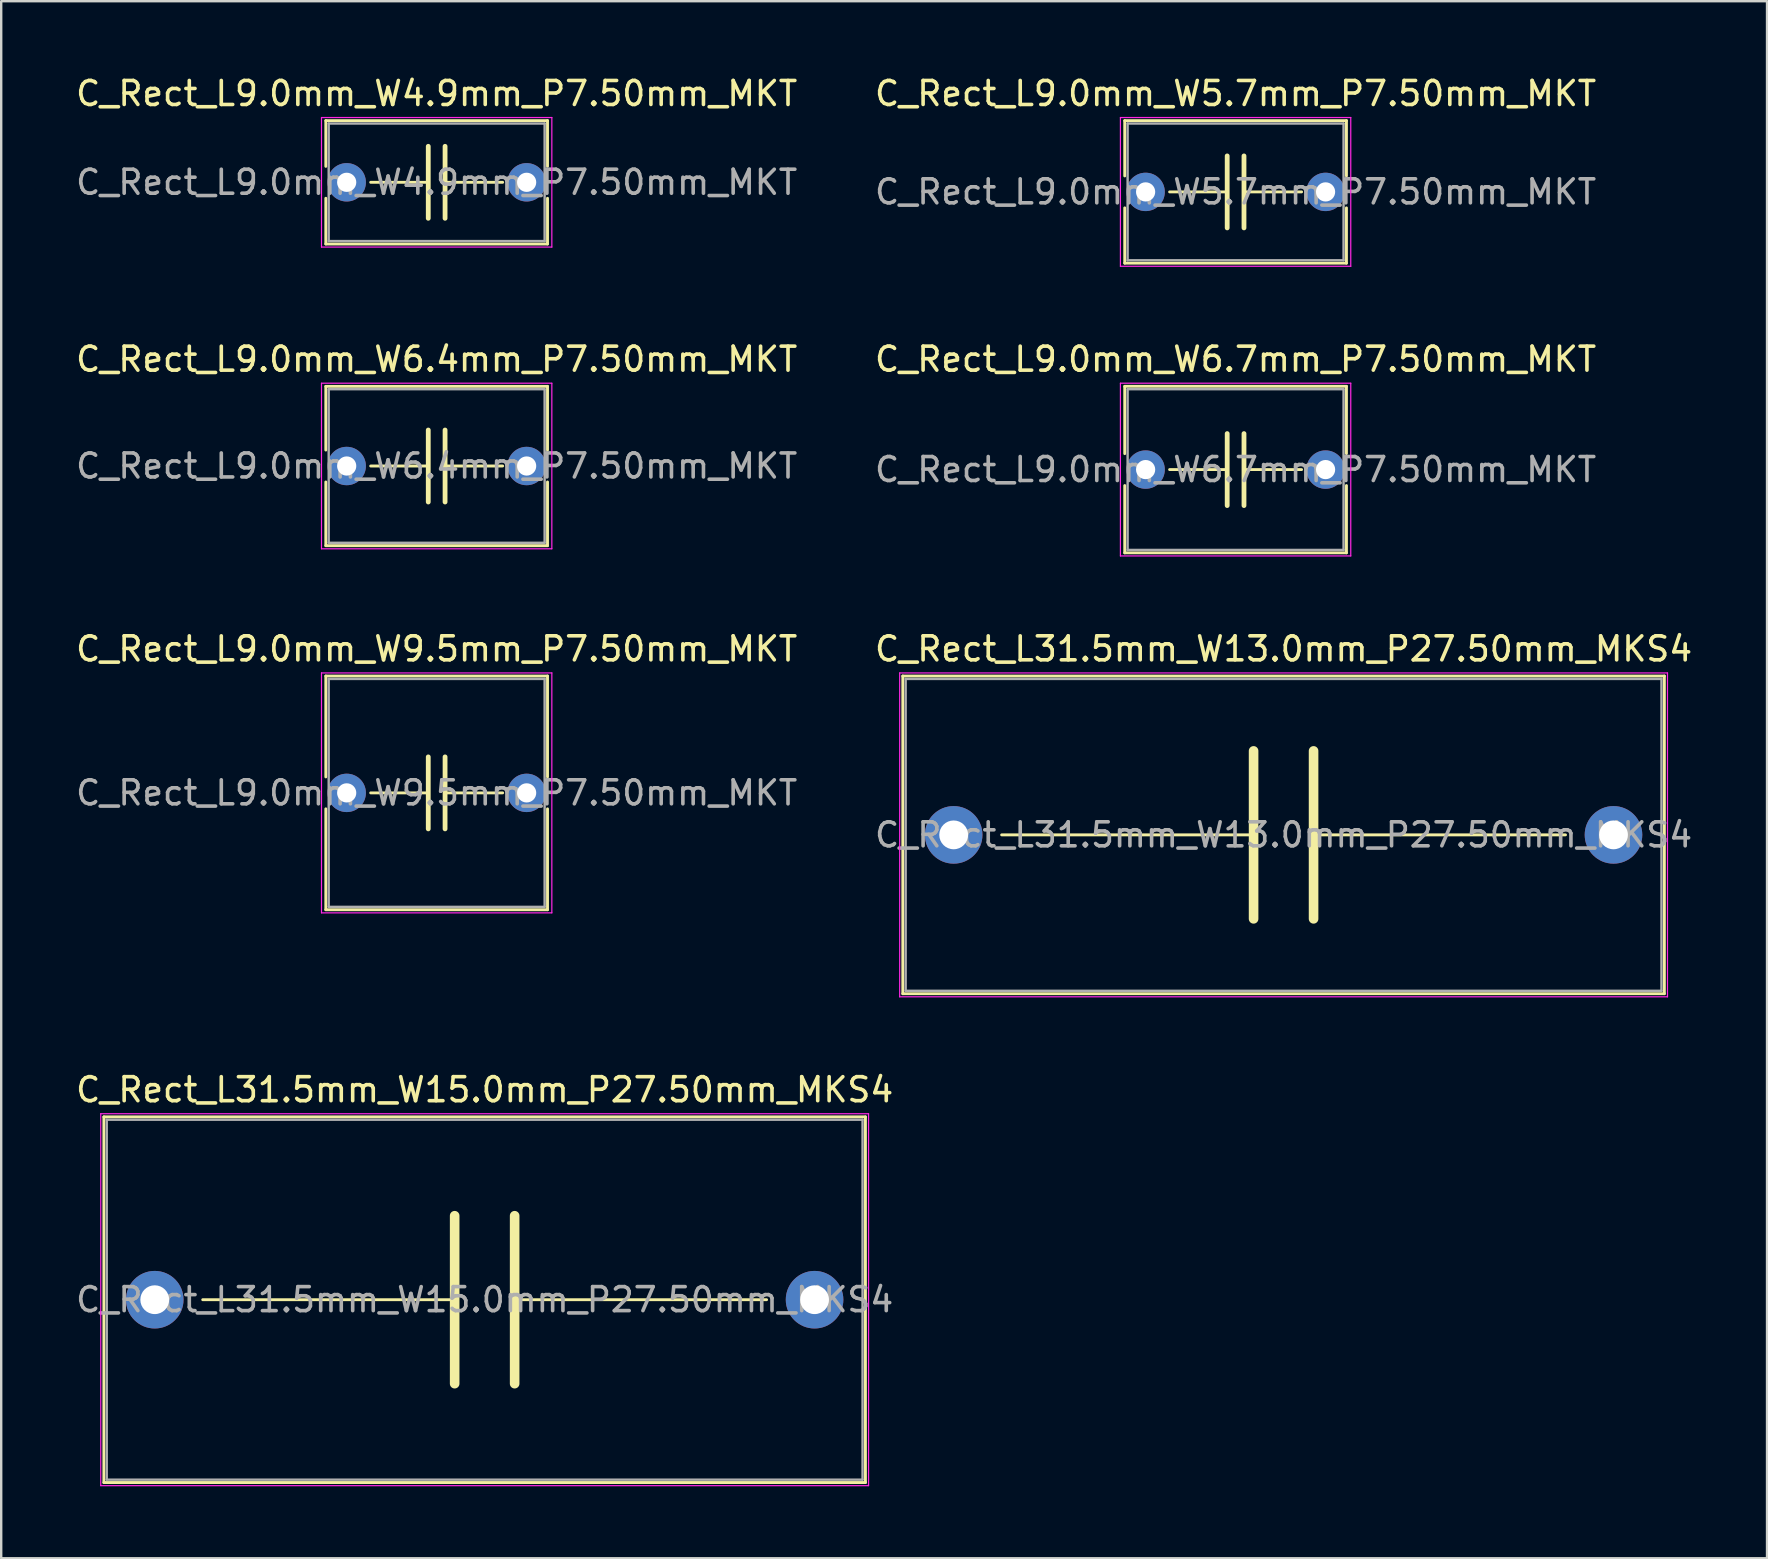
<source format=kicad_pcb>
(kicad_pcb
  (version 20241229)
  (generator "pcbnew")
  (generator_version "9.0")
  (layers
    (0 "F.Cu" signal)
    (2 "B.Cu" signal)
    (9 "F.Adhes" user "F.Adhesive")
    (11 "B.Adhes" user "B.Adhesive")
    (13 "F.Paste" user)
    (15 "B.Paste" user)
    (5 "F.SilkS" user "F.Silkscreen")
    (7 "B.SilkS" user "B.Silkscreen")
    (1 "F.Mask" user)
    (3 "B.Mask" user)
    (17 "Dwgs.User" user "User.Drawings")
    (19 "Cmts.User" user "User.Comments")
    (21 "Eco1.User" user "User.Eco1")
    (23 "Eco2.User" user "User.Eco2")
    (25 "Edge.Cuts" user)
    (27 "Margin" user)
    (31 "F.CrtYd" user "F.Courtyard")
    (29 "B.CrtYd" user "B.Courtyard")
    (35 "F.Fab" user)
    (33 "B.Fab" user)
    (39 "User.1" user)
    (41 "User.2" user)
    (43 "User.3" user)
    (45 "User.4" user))
  (footprint "C_Rect_L9.0mm_W6.7mm_P7.50mm_MKT"
    (layer "F.Cu")
    (at 44.696 16.521)
    (property "Reference" "C_Rect_L9.0mm_W6.7mm_P7.50mm_MKT" (at 3.75 -4.6 0) (layer "F.SilkS") (effects (font (size 1 1) (thickness 0.15))))
    (attr through_hole)
    (fp_line (start -0.87 -3.47) (end -0.87 -0.665) (stroke (width 0.12) (type solid)) (layer "F.SilkS"))
    (fp_line (start -0.87 -3.47) (end 8.37 -3.47) (stroke (width 0.12) (type solid)) (layer "F.SilkS"))
    (fp_line (start -0.87 0.665) (end -0.87 3.47) (stroke (width 0.12) (type solid)) (layer "F.SilkS"))
    (fp_line (start -0.87 3.47) (end 8.37 3.47) (stroke (width 0.12) (type solid)) (layer "F.SilkS"))
    (fp_line (start 1 0) (end 3.4 0) (stroke (width 0.12) (type solid)) (layer "F.SilkS"))
    (fp_line (start 3.4 -1.5) (end 3.4 1.5) (stroke (width 0.2) (type solid)) (layer "F.SilkS"))
    (fp_line (start 4.1 -1.5) (end 4.1 1.5) (stroke (width 0.2) (type solid)) (layer "F.SilkS"))
    (fp_line (start 4.1 0) (end 6.5 0) (stroke (width 0.12) (type solid)) (layer "F.SilkS"))
    (fp_line (start 8.37 -3.47) (end 8.37 -0.665) (stroke (width 0.12) (type solid)) (layer "F.SilkS"))
    (fp_line (start 8.37 0.665) (end 8.37 3.47) (stroke (width 0.12) (type solid)) (layer "F.SilkS"))
    (fp_line (start -1.05 -3.6) (end -1.05 3.6) (stroke (width 0.05) (type solid)) (layer "F.CrtYd"))
    (fp_line (start -1.05 3.6) (end 8.55 3.6) (stroke (width 0.05) (type solid)) (layer "F.CrtYd"))
    (fp_line (start 8.55 -3.6) (end -1.05 -3.6) (stroke (width 0.05) (type solid)) (layer "F.CrtYd"))
    (fp_line (start 8.55 3.6) (end 8.55 -3.6) (stroke (width 0.05) (type solid)) (layer "F.CrtYd"))
    (fp_line (start -0.75 -3.35) (end -0.75 3.35) (stroke (width 0.1) (type solid)) (layer "F.Fab"))
    (fp_line (start -0.75 3.35) (end 8.25 3.35) (stroke (width 0.1) (type solid)) (layer "F.Fab"))
    (fp_line (start 8.25 -3.35) (end -0.75 -3.35) (stroke (width 0.1) (type solid)) (layer "F.Fab"))
    (fp_line (start 8.25 3.35) (end 8.25 -3.35) (stroke (width 0.1) (type solid)) (layer "F.Fab"))
    (fp_text user "${REFERENCE}" (at 3.75 0 0) (layer "F.Fab") (effects (font (size 1 1) (thickness 0.15))))
    (pad "1" thru_hole circle (at 0 0) (size 1.6 1.6) (drill 0.8) (layers "*.Cu" "*.Mask"))
    (pad "2" thru_hole circle (at 7.5 0) (size 1.6 1.6) (drill 0.8) (layers "*.Cu" "*.Mask")))
  (footprint "C_Rect_L31.5mm_W15.0mm_P27.50mm_MKS4"
    (layer "F.Cu")
    (at 3.399 51.118)
    (property "Reference" "C_Rect_L31.5mm_W15.0mm_P27.50mm_MKS4" (at 13.75 -8.75 0) (layer "F.SilkS") (effects (font (size 1 1) (thickness 0.15))))
    (attr through_hole)
    (fp_line (start -2.12 -7.62) (end -2.12 7.62) (stroke (width 0.12) (type solid)) (layer "F.SilkS"))
    (fp_line (start -2.12 -7.62) (end 29.62 -7.62) (stroke (width 0.12) (type solid)) (layer "F.SilkS"))
    (fp_line (start -2.12 7.62) (end 29.62 7.62) (stroke (width 0.12) (type solid)) (layer "F.SilkS"))
    (fp_line (start 2 0) (end 12.5 0) (stroke (width 0.12) (type solid)) (layer "F.SilkS"))
    (fp_line (start 12.5 -3.5) (end 12.5 3.5) (stroke (width 0.4) (type solid)) (layer "F.SilkS"))
    (fp_line (start 15 -3.5) (end 15 3.5) (stroke (width 0.4) (type solid)) (layer "F.SilkS"))
    (fp_line (start 15 0) (end 25.5 0) (stroke (width 0.12) (type solid)) (layer "F.SilkS"))
    (fp_line (start 29.62 -7.62) (end 29.62 7.62) (stroke (width 0.12) (type solid)) (layer "F.SilkS"))
    (fp_line (start -2.25 -7.75) (end -2.25 7.75) (stroke (width 0.05) (type solid)) (layer "F.CrtYd"))
    (fp_line (start -2.25 7.75) (end 29.75 7.75) (stroke (width 0.05) (type solid)) (layer "F.CrtYd"))
    (fp_line (start 29.75 -7.75) (end -2.25 -7.75) (stroke (width 0.05) (type solid)) (layer "F.CrtYd"))
    (fp_line (start 29.75 7.75) (end 29.75 -7.75) (stroke (width 0.05) (type solid)) (layer "F.CrtYd"))
    (fp_line (start -2 -7.5) (end -2 7.5) (stroke (width 0.1) (type solid)) (layer "F.Fab"))
    (fp_line (start -2 7.5) (end 29.5 7.5) (stroke (width 0.1) (type solid)) (layer "F.Fab"))
    (fp_line (start 29.5 -7.5) (end -2 -7.5) (stroke (width 0.1) (type solid)) (layer "F.Fab"))
    (fp_line (start 29.5 7.5) (end 29.5 -7.5) (stroke (width 0.1) (type solid)) (layer "F.Fab"))
    (fp_text user "${REFERENCE}" (at 13.75 0 0) (layer "F.Fab") (effects (font (size 1 1) (thickness 0.15))))
    (pad "1" thru_hole circle (at 0 0) (size 2.4 2.4) (drill 1.2) (layers "*.Cu" "*.Mask"))
    (pad "2" thru_hole circle (at 27.5 0) (size 2.4 2.4) (drill 1.2) (layers "*.Cu" "*.Mask")))
  (footprint "C_Rect_L9.0mm_W4.9mm_P7.50mm_MKT"
    (layer "F.Cu")
    (at 11.399 4.548)
    (property "Reference" "C_Rect_L9.0mm_W4.9mm_P7.50mm_MKT" (at 3.75 -3.7 0) (layer "F.SilkS") (effects (font (size 1 1) (thickness 0.15))))
    (attr through_hole)
    (fp_line (start -0.87 -2.571) (end -0.87 -0.665) (stroke (width 0.12) (type solid)) (layer "F.SilkS"))
    (fp_line (start -0.87 -2.571) (end 8.37 -2.571) (stroke (width 0.12) (type solid)) (layer "F.SilkS"))
    (fp_line (start -0.87 0.665) (end -0.87 2.571) (stroke (width 0.12) (type solid)) (layer "F.SilkS"))
    (fp_line (start -0.87 2.571) (end 8.37 2.571) (stroke (width 0.12) (type solid)) (layer "F.SilkS"))
    (fp_line (start 1 0) (end 3.4 0) (stroke (width 0.12) (type solid)) (layer "F.SilkS"))
    (fp_line (start 3.4 -1.5) (end 3.4 1.5) (stroke (width 0.2) (type solid)) (layer "F.SilkS"))
    (fp_line (start 4.1 -1.5) (end 4.1 1.5) (stroke (width 0.2) (type solid)) (layer "F.SilkS"))
    (fp_line (start 4.1 0) (end 6.5 0) (stroke (width 0.12) (type solid)) (layer "F.SilkS"))
    (fp_line (start 8.37 -2.571) (end 8.37 -0.665) (stroke (width 0.12) (type solid)) (layer "F.SilkS"))
    (fp_line (start 8.37 0.665) (end 8.37 2.571) (stroke (width 0.12) (type solid)) (layer "F.SilkS"))
    (fp_line (start -1.05 -2.7) (end -1.05 2.7) (stroke (width 0.05) (type solid)) (layer "F.CrtYd"))
    (fp_line (start -1.05 2.7) (end 8.55 2.7) (stroke (width 0.05) (type solid)) (layer "F.CrtYd"))
    (fp_line (start 8.55 -2.7) (end -1.05 -2.7) (stroke (width 0.05) (type solid)) (layer "F.CrtYd"))
    (fp_line (start 8.55 2.7) (end 8.55 -2.7) (stroke (width 0.05) (type solid)) (layer "F.CrtYd"))
    (fp_line (start -0.75 -2.45) (end -0.75 2.45) (stroke (width 0.1) (type solid)) (layer "F.Fab"))
    (fp_line (start -0.75 2.45) (end 8.25 2.45) (stroke (width 0.1) (type solid)) (layer "F.Fab"))
    (fp_line (start 8.25 -2.45) (end -0.75 -2.45) (stroke (width 0.1) (type solid)) (layer "F.Fab"))
    (fp_line (start 8.25 2.45) (end 8.25 -2.45) (stroke (width 0.1) (type solid)) (layer "F.Fab"))
    (fp_text user "${REFERENCE}" (at 3.75 0 0) (layer "F.Fab") (effects (font (size 1 1) (thickness 0.15))))
    (pad "1" thru_hole circle (at 0 0) (size 1.6 1.6) (drill 0.8) (layers "*.Cu" "*.Mask"))
    (pad "2" thru_hole circle (at 7.5 0) (size 1.6 1.6) (drill 0.8) (layers "*.Cu" "*.Mask")))
  (footprint "C_Rect_L9.0mm_W6.4mm_P7.50mm_MKT"
    (layer "F.Cu")
    (at 11.399 16.372)
    (property "Reference" "C_Rect_L9.0mm_W6.4mm_P7.50mm_MKT" (at 3.75 -4.45 0) (layer "F.SilkS") (effects (font (size 1 1) (thickness 0.15))))
    (attr through_hole)
    (fp_line (start -0.87 -3.32) (end -0.87 -0.665) (stroke (width 0.12) (type solid)) (layer "F.SilkS"))
    (fp_line (start -0.87 -3.32) (end 8.37 -3.32) (stroke (width 0.12) (type solid)) (layer "F.SilkS"))
    (fp_line (start -0.87 0.665) (end -0.87 3.32) (stroke (width 0.12) (type solid)) (layer "F.SilkS"))
    (fp_line (start -0.87 3.32) (end 8.37 3.32) (stroke (width 0.12) (type solid)) (layer "F.SilkS"))
    (fp_line (start 1 0) (end 3.4 0) (stroke (width 0.12) (type solid)) (layer "F.SilkS"))
    (fp_line (start 3.4 -1.5) (end 3.4 1.5) (stroke (width 0.2) (type solid)) (layer "F.SilkS"))
    (fp_line (start 4.1 -1.5) (end 4.1 1.5) (stroke (width 0.2) (type solid)) (layer "F.SilkS"))
    (fp_line (start 4.1 0) (end 6.5 0) (stroke (width 0.12) (type solid)) (layer "F.SilkS"))
    (fp_line (start 8.37 -3.32) (end 8.37 -0.665) (stroke (width 0.12) (type solid)) (layer "F.SilkS"))
    (fp_line (start 8.37 0.665) (end 8.37 3.32) (stroke (width 0.12) (type solid)) (layer "F.SilkS"))
    (fp_line (start -1.05 -3.45) (end -1.05 3.45) (stroke (width 0.05) (type solid)) (layer "F.CrtYd"))
    (fp_line (start -1.05 3.45) (end 8.55 3.45) (stroke (width 0.05) (type solid)) (layer "F.CrtYd"))
    (fp_line (start 8.55 -3.45) (end -1.05 -3.45) (stroke (width 0.05) (type solid)) (layer "F.CrtYd"))
    (fp_line (start 8.55 3.45) (end 8.55 -3.45) (stroke (width 0.05) (type solid)) (layer "F.CrtYd"))
    (fp_line (start -0.75 -3.2) (end -0.75 3.2) (stroke (width 0.1) (type solid)) (layer "F.Fab"))
    (fp_line (start -0.75 3.2) (end 8.25 3.2) (stroke (width 0.1) (type solid)) (layer "F.Fab"))
    (fp_line (start 8.25 -3.2) (end -0.75 -3.2) (stroke (width 0.1) (type solid)) (layer "F.Fab"))
    (fp_line (start 8.25 3.2) (end 8.25 -3.2) (stroke (width 0.1) (type solid)) (layer "F.Fab"))
    (fp_text user "${REFERENCE}" (at 3.75 0 0) (layer "F.Fab") (effects (font (size 1 1) (thickness 0.15))))
    (pad "1" thru_hole circle (at 0 0) (size 1.6 1.6) (drill 0.8) (layers "*.Cu" "*.Mask"))
    (pad "2" thru_hole circle (at 7.5 0) (size 1.6 1.6) (drill 0.8) (layers "*.Cu" "*.Mask")))
  (footprint "C_Rect_L9.0mm_W5.7mm_P7.50mm_MKT"
    (layer "F.Cu")
    (at 44.696 4.948)
    (property "Reference" "C_Rect_L9.0mm_W5.7mm_P7.50mm_MKT" (at 3.75 -4.1 0) (layer "F.SilkS") (effects (font (size 1 1) (thickness 0.15))))
    (attr through_hole)
    (fp_line (start -0.87 -2.97) (end -0.87 -0.665) (stroke (width 0.12) (type solid)) (layer "F.SilkS"))
    (fp_line (start -0.87 -2.97) (end 8.37 -2.97) (stroke (width 0.12) (type solid)) (layer "F.SilkS"))
    (fp_line (start -0.87 0.665) (end -0.87 2.97) (stroke (width 0.12) (type solid)) (layer "F.SilkS"))
    (fp_line (start -0.87 2.97) (end 8.37 2.97) (stroke (width 0.12) (type solid)) (layer "F.SilkS"))
    (fp_line (start 1 0) (end 3.4 0) (stroke (width 0.12) (type solid)) (layer "F.SilkS"))
    (fp_line (start 3.4 -1.5) (end 3.4 1.5) (stroke (width 0.2) (type solid)) (layer "F.SilkS"))
    (fp_line (start 4.1 -1.5) (end 4.1 1.5) (stroke (width 0.2) (type solid)) (layer "F.SilkS"))
    (fp_line (start 4.1 0) (end 6.5 0) (stroke (width 0.12) (type solid)) (layer "F.SilkS"))
    (fp_line (start 8.37 -2.97) (end 8.37 -0.665) (stroke (width 0.12) (type solid)) (layer "F.SilkS"))
    (fp_line (start 8.37 0.665) (end 8.37 2.97) (stroke (width 0.12) (type solid)) (layer "F.SilkS"))
    (fp_line (start -1.05 -3.1) (end -1.05 3.1) (stroke (width 0.05) (type solid)) (layer "F.CrtYd"))
    (fp_line (start -1.05 3.1) (end 8.55 3.1) (stroke (width 0.05) (type solid)) (layer "F.CrtYd"))
    (fp_line (start 8.55 -3.1) (end -1.05 -3.1) (stroke (width 0.05) (type solid)) (layer "F.CrtYd"))
    (fp_line (start 8.55 3.1) (end 8.55 -3.1) (stroke (width 0.05) (type solid)) (layer "F.CrtYd"))
    (fp_line (start -0.75 -2.85) (end -0.75 2.85) (stroke (width 0.1) (type solid)) (layer "F.Fab"))
    (fp_line (start -0.75 2.85) (end 8.25 2.85) (stroke (width 0.1) (type solid)) (layer "F.Fab"))
    (fp_line (start 8.25 -2.85) (end -0.75 -2.85) (stroke (width 0.1) (type solid)) (layer "F.Fab"))
    (fp_line (start 8.25 2.85) (end 8.25 -2.85) (stroke (width 0.1) (type solid)) (layer "F.Fab"))
    (fp_text user "${REFERENCE}" (at 3.75 0 0) (layer "F.Fab") (effects (font (size 1 1) (thickness 0.15))))
    (pad "1" thru_hole circle (at 0 0) (size 1.6 1.6) (drill 0.8) (layers "*.Cu" "*.Mask"))
    (pad "2" thru_hole circle (at 7.5 0) (size 1.6 1.6) (drill 0.8) (layers "*.Cu" "*.Mask")))
  (footprint "C_Rect_L9.0mm_W9.5mm_P7.50mm_MKT"
    (layer "F.Cu")
    (at 11.399 29.995)
    (property "Reference" "C_Rect_L9.0mm_W9.5mm_P7.50mm_MKT" (at 3.75 -6 0) (layer "F.SilkS") (effects (font (size 1 1) (thickness 0.15))))
    (attr through_hole)
    (fp_line (start -0.87 -4.87) (end -0.87 -0.665) (stroke (width 0.12) (type solid)) (layer "F.SilkS"))
    (fp_line (start -0.87 -4.87) (end 8.37 -4.87) (stroke (width 0.12) (type solid)) (layer "F.SilkS"))
    (fp_line (start -0.87 0.665) (end -0.87 4.87) (stroke (width 0.12) (type solid)) (layer "F.SilkS"))
    (fp_line (start -0.87 4.87) (end 8.37 4.87) (stroke (width 0.12) (type solid)) (layer "F.SilkS"))
    (fp_line (start 1 0) (end 3.4 0) (stroke (width 0.12) (type solid)) (layer "F.SilkS"))
    (fp_line (start 3.4 -1.5) (end 3.4 1.5) (stroke (width 0.2) (type solid)) (layer "F.SilkS"))
    (fp_line (start 4.1 -1.5) (end 4.1 1.5) (stroke (width 0.2) (type solid)) (layer "F.SilkS"))
    (fp_line (start 4.1 0) (end 6.5 0) (stroke (width 0.12) (type solid)) (layer "F.SilkS"))
    (fp_line (start 8.37 -4.87) (end 8.37 -0.665) (stroke (width 0.12) (type solid)) (layer "F.SilkS"))
    (fp_line (start 8.37 0.665) (end 8.37 4.87) (stroke (width 0.12) (type solid)) (layer "F.SilkS"))
    (fp_line (start -1.05 -5) (end -1.05 5) (stroke (width 0.05) (type solid)) (layer "F.CrtYd"))
    (fp_line (start -1.05 5) (end 8.55 5) (stroke (width 0.05) (type solid)) (layer "F.CrtYd"))
    (fp_line (start 8.55 -5) (end -1.05 -5) (stroke (width 0.05) (type solid)) (layer "F.CrtYd"))
    (fp_line (start 8.55 5) (end 8.55 -5) (stroke (width 0.05) (type solid)) (layer "F.CrtYd"))
    (fp_line (start -0.75 -4.75) (end -0.75 4.75) (stroke (width 0.1) (type solid)) (layer "F.Fab"))
    (fp_line (start -0.75 4.75) (end 8.25 4.75) (stroke (width 0.1) (type solid)) (layer "F.Fab"))
    (fp_line (start 8.25 -4.75) (end -0.75 -4.75) (stroke (width 0.1) (type solid)) (layer "F.Fab"))
    (fp_line (start 8.25 4.75) (end 8.25 -4.75) (stroke (width 0.1) (type solid)) (layer "F.Fab"))
    (fp_text user "${REFERENCE}" (at 3.75 0 0) (layer "F.Fab") (effects (font (size 1 1) (thickness 0.15))))
    (pad "1" thru_hole circle (at 0 0) (size 1.6 1.6) (drill 0.8) (layers "*.Cu" "*.Mask"))
    (pad "2" thru_hole circle (at 7.5 0) (size 1.6 1.6) (drill 0.8) (layers "*.Cu" "*.Mask")))
  (footprint "C_Rect_L31.5mm_W13.0mm_P27.50mm_MKS4"
    (layer "F.Cu")
    (at 36.696 31.745)
    (property "Reference" "C_Rect_L31.5mm_W13.0mm_P27.50mm_MKS4" (at 13.75 -7.75 0) (layer "F.SilkS") (effects (font (size 1 1) (thickness 0.15))))
    (attr through_hole)
    (fp_line (start -2.12 -6.62) (end -2.12 6.62) (stroke (width 0.12) (type solid)) (layer "F.SilkS"))
    (fp_line (start -2.12 -6.62) (end 29.62 -6.62) (stroke (width 0.12) (type solid)) (layer "F.SilkS"))
    (fp_line (start -2.12 6.62) (end 29.62 6.62) (stroke (width 0.12) (type solid)) (layer "F.SilkS"))
    (fp_line (start 2 0) (end 12.5 0) (stroke (width 0.12) (type solid)) (layer "F.SilkS"))
    (fp_line (start 12.5 -3.5) (end 12.5 3.5) (stroke (width 0.4) (type solid)) (layer "F.SilkS"))
    (fp_line (start 15 -3.5) (end 15 3.5) (stroke (width 0.4) (type solid)) (layer "F.SilkS"))
    (fp_line (start 15 0) (end 25.5 0) (stroke (width 0.12) (type solid)) (layer "F.SilkS"))
    (fp_line (start 29.62 -6.62) (end 29.62 6.62) (stroke (width 0.12) (type solid)) (layer "F.SilkS"))
    (fp_line (start -2.25 -6.75) (end -2.25 6.75) (stroke (width 0.05) (type solid)) (layer "F.CrtYd"))
    (fp_line (start -2.25 6.75) (end 29.75 6.75) (stroke (width 0.05) (type solid)) (layer "F.CrtYd"))
    (fp_line (start 29.75 -6.75) (end -2.25 -6.75) (stroke (width 0.05) (type solid)) (layer "F.CrtYd"))
    (fp_line (start 29.75 6.75) (end 29.75 -6.75) (stroke (width 0.05) (type solid)) (layer "F.CrtYd"))
    (fp_line (start -2 -6.5) (end -2 6.5) (stroke (width 0.1) (type solid)) (layer "F.Fab"))
    (fp_line (start -2 6.5) (end 29.5 6.5) (stroke (width 0.1) (type solid)) (layer "F.Fab"))
    (fp_line (start 29.5 -6.5) (end -2 -6.5) (stroke (width 0.1) (type solid)) (layer "F.Fab"))
    (fp_line (start 29.5 6.5) (end 29.5 -6.5) (stroke (width 0.1) (type solid)) (layer "F.Fab"))
    (fp_text user "${REFERENCE}" (at 13.75 0 0) (layer "F.Fab") (effects (font (size 1 1) (thickness 0.15))))
    (pad "1" thru_hole circle (at 0 0) (size 2.4 2.4) (drill 1.2) (layers "*.Cu" "*.Mask"))
    (pad "2" thru_hole circle (at 27.5 0) (size 2.4 2.4) (drill 1.2) (layers "*.Cu" "*.Mask")))
  (gr_rect
    (start -3 -3)
    (end 70.595 61.893)
    (stroke (width 0.1) (type default))
    (fill no)
    (layer "Edge.Cuts")))
</source>
